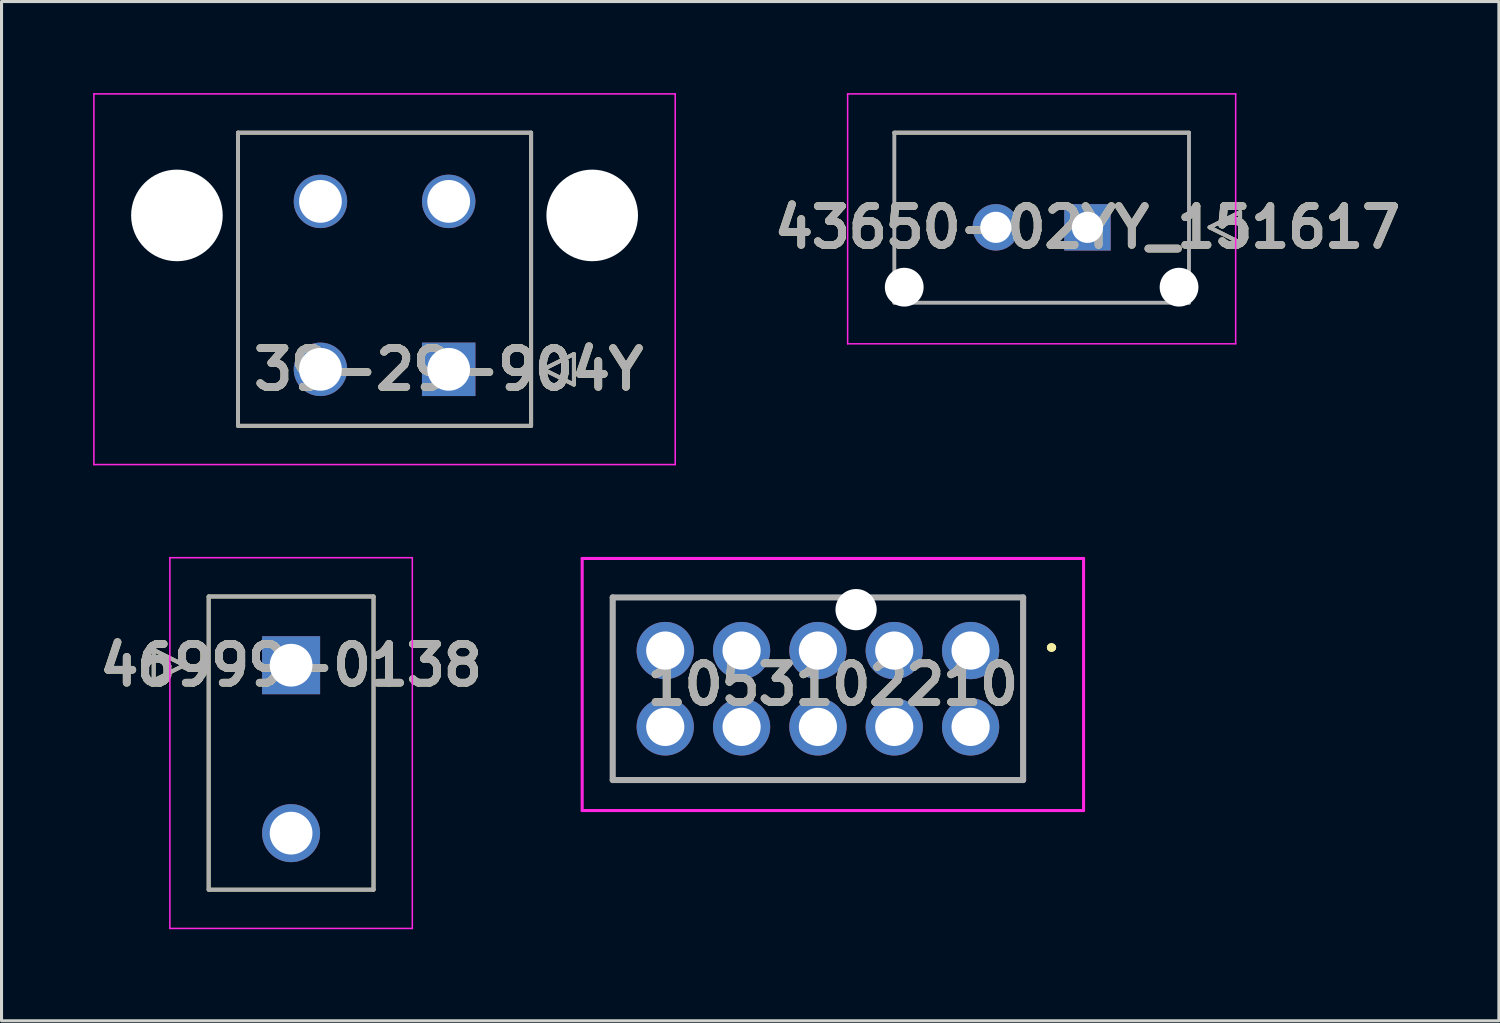
<source format=kicad_pcb>
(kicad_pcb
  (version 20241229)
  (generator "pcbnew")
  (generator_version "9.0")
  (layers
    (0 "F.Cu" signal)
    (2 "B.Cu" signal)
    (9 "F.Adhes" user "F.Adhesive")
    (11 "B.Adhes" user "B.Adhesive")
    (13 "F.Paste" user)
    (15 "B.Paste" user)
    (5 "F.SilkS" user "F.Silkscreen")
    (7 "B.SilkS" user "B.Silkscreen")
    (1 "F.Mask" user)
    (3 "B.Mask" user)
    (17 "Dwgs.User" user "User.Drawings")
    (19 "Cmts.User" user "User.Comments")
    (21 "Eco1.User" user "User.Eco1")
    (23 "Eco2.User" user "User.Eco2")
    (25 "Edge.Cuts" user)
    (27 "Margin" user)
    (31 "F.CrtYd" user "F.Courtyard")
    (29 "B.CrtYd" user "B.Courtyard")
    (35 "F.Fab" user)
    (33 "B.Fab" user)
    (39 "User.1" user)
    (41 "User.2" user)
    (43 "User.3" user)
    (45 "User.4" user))
  (footprint "46999-0138"
    (layer "F.Cu")
    (at 6.483 18.735)
    (property "Reference" "46999-0138" (at 0 0 0) (layer "F.SilkS") (effects (font (size 1.27 1.27) (thickness 0.254))))
    (attr through_hole)
    (fp_line (start -4.5 -0.5) (end -3.5 0) (stroke (width 0.127) (type solid)) (layer "F.SilkS"))
    (fp_line (start -4.5 0.5) (end -4.5 -0.5) (stroke (width 0.127) (type solid)) (layer "F.SilkS"))
    (fp_line (start -3.5 0) (end -4.5 0.5) (stroke (width 0.127) (type solid)) (layer "F.SilkS"))
    (fp_line (start -2.7 -2.25) (end 2.7 -2.25) (stroke (width 0.127) (type solid)) (layer "F.SilkS"))
    (fp_line (start -2.7 7.35) (end -2.7 -2.25) (stroke (width 0.127) (type solid)) (layer "F.SilkS"))
    (fp_line (start 2.7 -2.25) (end 2.7 7.35) (stroke (width 0.127) (type solid)) (layer "F.SilkS"))
    (fp_line (start 2.7 7.35) (end -2.7 7.35) (stroke (width 0.127) (type solid)) (layer "F.SilkS"))
    (fp_line (start -3.97 -3.52) (end 3.97 -3.52) (stroke (width 0.05) (type solid)) (layer "F.CrtYd"))
    (fp_line (start -3.97 8.62) (end -3.97 -3.52) (stroke (width 0.05) (type solid)) (layer "F.CrtYd"))
    (fp_line (start 3.97 -3.52) (end 3.97 8.62) (stroke (width 0.05) (type solid)) (layer "F.CrtYd"))
    (fp_line (start 3.97 8.62) (end -3.97 8.62) (stroke (width 0.05) (type solid)) (layer "F.CrtYd"))
    (fp_line (start -4.5 -0.5) (end -3.5 0) (stroke (width 0.127) (type solid)) (layer "F.Fab"))
    (fp_line (start -4.5 0.5) (end -4.5 -0.5) (stroke (width 0.127) (type solid)) (layer "F.Fab"))
    (fp_line (start -3.5 0) (end -4.5 0.5) (stroke (width 0.127) (type solid)) (layer "F.Fab"))
    (fp_line (start -2.7 -2.25) (end 2.7 -2.25) (stroke (width 0.127) (type solid)) (layer "F.Fab"))
    (fp_line (start -2.7 7.35) (end -2.7 -2.25) (stroke (width 0.127) (type solid)) (layer "F.Fab"))
    (fp_line (start 2.7 -2.25) (end 2.7 7.35) (stroke (width 0.127) (type solid)) (layer "F.Fab"))
    (fp_line (start 2.7 7.35) (end -2.7 7.35) (stroke (width 0.127) (type solid)) (layer "F.Fab"))
    (fp_text user "${REFERENCE}" (at 0 0 0) (layer "F.Fab") (effects (font (size 1.27 1.27) (thickness 0.254))))
    (pad "1" thru_hole rect (at 0 0) (size 1.9 1.9) (drill 1.4) (layers "*.Cu" "*.Mask"))
    (pad "2" thru_hole circle (at 0 5.5) (size 1.9 1.9) (drill 1.4) (layers "*.Cu" "*.Mask")))
  (footprint "39-29-904Y"
    (layer "F.Cu")
    (at 11.644 9.045)
    (property "Reference" "39-29-904Y" (at 0 0 0) (layer "F.SilkS") (effects (font (size 1.27 1.27) (thickness 0.254))))
    (attr through_hole)
    (fp_line (start -6.9 -7.75) (end 2.7 -7.75) (stroke (width 0.127) (type solid)) (layer "F.SilkS"))
    (fp_line (start -6.9 1.85) (end -6.9 -7.75) (stroke (width 0.127) (type solid)) (layer "F.SilkS"))
    (fp_line (start 2.7 -7.75) (end 2.7 1.85) (stroke (width 0.127) (type solid)) (layer "F.SilkS"))
    (fp_line (start 2.7 1.85) (end -6.9 1.85) (stroke (width 0.127) (type solid)) (layer "F.SilkS"))
    (fp_line (start 3.1 0) (end 4.1 -0.5) (stroke (width 0.127) (type solid)) (layer "F.SilkS"))
    (fp_line (start 4.1 -0.5) (end 4.1 0.5) (stroke (width 0.127) (type solid)) (layer "F.SilkS"))
    (fp_line (start 4.1 0.5) (end 3.1 0) (stroke (width 0.127) (type solid)) (layer "F.SilkS"))
    (fp_line (start -11.619 -9.02) (end 7.419 -9.02) (stroke (width 0.05) (type solid)) (layer "F.CrtYd"))
    (fp_line (start -11.619 3.12) (end -11.619 -9.02) (stroke (width 0.05) (type solid)) (layer "F.CrtYd"))
    (fp_line (start 7.419 -9.02) (end 7.419 3.12) (stroke (width 0.05) (type solid)) (layer "F.CrtYd"))
    (fp_line (start 7.419 3.12) (end -11.619 3.12) (stroke (width 0.05) (type solid)) (layer "F.CrtYd"))
    (fp_line (start -6.9 -7.75) (end 2.7 -7.75) (stroke (width 0.127) (type solid)) (layer "F.Fab"))
    (fp_line (start -6.9 1.85) (end -6.9 -7.75) (stroke (width 0.127) (type solid)) (layer "F.Fab"))
    (fp_line (start 2.7 -7.75) (end 2.7 1.85) (stroke (width 0.127) (type solid)) (layer "F.Fab"))
    (fp_line (start 2.7 1.85) (end -6.9 1.85) (stroke (width 0.127) (type solid)) (layer "F.Fab"))
    (fp_line (start 3.1 0) (end 4.1 -0.5) (stroke (width 0.127) (type solid)) (layer "F.Fab"))
    (fp_line (start 4.1 -0.5) (end 4.1 0.5) (stroke (width 0.127) (type solid)) (layer "F.Fab"))
    (fp_line (start 4.1 0.5) (end 3.1 0) (stroke (width 0.127) (type solid)) (layer "F.Fab"))
    (fp_text user "${REFERENCE}" (at 0 0 0) (layer "F.Fab") (effects (font (size 1.27 1.27) (thickness 0.254))))
    (pad "" np_thru_hole circle (at -8.9 -5.04) (size 3 3) (drill 3) (layers "*.Cu" "*.Mask"))
    (pad "" np_thru_hole circle (at 4.7 -5.04) (size 3 3) (drill 3) (layers "*.Cu" "*.Mask"))
    (pad "1" thru_hole rect (at 0 0) (size 1.75 1.75) (drill 1.4) (layers "*.Cu" "*.Mask"))
    (pad "2" thru_hole circle (at -4.2 0) (size 1.75 1.75) (drill 1.4) (layers "*.Cu" "*.Mask"))
    (pad "3" thru_hole circle (at 0 -5.5) (size 1.75 1.75) (drill 1.4) (layers "*.Cu" "*.Mask"))
    (pad "4" thru_hole circle (at -4.2 -5.5) (size 1.75 1.75) (drill 1.4) (layers "*.Cu" "*.Mask")))
  (footprint "43650-02YY_151617"
    (layer "F.Cu")
    (at 32.563 4.395)
    (property "Reference" "43650-02YY_151617" (at 0 0 0) (layer "F.SilkS") (effects (font (size 1.27 1.27) (thickness 0.254))))
    (attr through_hole)
    (fp_line (start -6.325 -3.1) (end 3.325 -3.1) (stroke (width 0.127) (type solid)) (layer "F.SilkS"))
    (fp_line (start 4 0) (end 5 -0.5) (stroke (width 0.127) (type solid)) (layer "F.SilkS"))
    (fp_line (start 5 -0.5) (end 5 0.5) (stroke (width 0.127) (type solid)) (layer "F.SilkS"))
    (fp_line (start 5 0.5) (end 4 0) (stroke (width 0.127) (type solid)) (layer "F.SilkS"))
    (fp_line (start -7.854 -4.37) (end 4.854 -4.37) (stroke (width 0.05) (type solid)) (layer "F.CrtYd"))
    (fp_line (start -7.854 3.814) (end -7.854 -4.37) (stroke (width 0.05) (type solid)) (layer "F.CrtYd"))
    (fp_line (start 4.854 -4.37) (end 4.854 3.814) (stroke (width 0.05) (type solid)) (layer "F.CrtYd"))
    (fp_line (start 4.854 3.814) (end -7.854 3.814) (stroke (width 0.05) (type solid)) (layer "F.CrtYd"))
    (fp_line (start -6.325 -3.1) (end 3.325 -3.1) (stroke (width 0.127) (type solid)) (layer "F.Fab"))
    (fp_line (start -6.325 2.47) (end -6.325 -3.1) (stroke (width 0.127) (type solid)) (layer "F.Fab"))
    (fp_line (start 3.325 -3.1) (end 3.325 2.47) (stroke (width 0.127) (type solid)) (layer "F.Fab"))
    (fp_line (start 3.325 2.47) (end -6.325 2.47) (stroke (width 0.127) (type solid)) (layer "F.Fab"))
    (fp_line (start 4 0) (end 5 -0.5) (stroke (width 0.127) (type solid)) (layer "F.Fab"))
    (fp_line (start 5 -0.5) (end 5 0.5) (stroke (width 0.127) (type solid)) (layer "F.Fab"))
    (fp_line (start 5 0.5) (end 4 0) (stroke (width 0.127) (type solid)) (layer "F.Fab"))
    (fp_text user "${REFERENCE}" (at 0 0 0) (layer "F.Fab") (effects (font (size 1.27 1.27) (thickness 0.254))))
    (pad "" np_thru_hole circle (at -6 1.96) (size 1.27 1.27) (drill 1.27) (layers "*.Cu" "*.Mask"))
    (pad "" np_thru_hole circle (at 3 1.96) (size 1.27 1.27) (drill 1.27) (layers "*.Cu" "*.Mask"))
    (pad "1" thru_hole rect (at 0 0) (size 1.52 1.52) (drill 1.02) (layers "*.Cu" "*.Mask"))
    (pad "2" thru_hole circle (at -3 0) (size 1.52 1.52) (drill 1.02) (layers "*.Cu" "*.Mask")))
  (footprint "1053102210"
    (layer "F.Cu")
    (at 28.736 18.255)
    (property "Reference" "1053102210" (at -4.51 1.112 0) (layer "F.SilkS") (effects (font (size 1.27 1.27) (thickness 0.254))))
    (attr through_hole)
    (fp_line (start -11.72 -1.74) (end -11.72 4.24) (stroke (width 0.1) (type solid)) (layer "F.SilkS"))
    (fp_line (start -11.72 4.24) (end 1.72 4.24) (stroke (width 0.1) (type solid)) (layer "F.SilkS"))
    (fp_line (start -5 -1.75) (end -11.72 -1.74) (stroke (width 0.1) (type solid)) (layer "F.SilkS"))
    (fp_line (start 1.72 -1.74) (end -2.5 -1.74) (stroke (width 0.1) (type solid)) (layer "F.SilkS"))
    (fp_line (start 1.72 4.24) (end 1.72 -1.74) (stroke (width 0.1) (type solid)) (layer "F.SilkS"))
    (fp_line (start 2.6 -0.1) (end 2.6 -0.1) (stroke (width 0.2) (type solid)) (layer "F.SilkS"))
    (fp_line (start 2.6 -0.1) (end 2.7 -0.1) (stroke (width 0.2) (type solid)) (layer "F.SilkS"))
    (fp_line (start 2.7 -0.1) (end 2.7 -0.1) (stroke (width 0.2) (type solid)) (layer "F.SilkS"))
    (fp_arc (start 2.6 -0.1) (mid 2.65 -0.15) (end 2.7 -0.1) (stroke (width 0.2) (type solid)) (layer "F.SilkS"))
    (fp_arc (start 2.7 -0.1) (mid 2.65 -0.05) (end 2.6 -0.1) (stroke (width 0.2) (type solid)) (layer "F.SilkS"))
    (fp_line (start -12.72 -3.015) (end 3.7 -3.015) (stroke (width 0.1) (type solid)) (layer "F.CrtYd"))
    (fp_line (start -12.72 5.24) (end -12.72 -3.015) (stroke (width 0.1) (type solid)) (layer "F.CrtYd"))
    (fp_line (start 3.7 -3.015) (end 3.7 5.24) (stroke (width 0.1) (type solid)) (layer "F.CrtYd"))
    (fp_line (start 3.7 5.24) (end -12.72 5.24) (stroke (width 0.1) (type solid)) (layer "F.CrtYd"))
    (fp_line (start -11.72 -1.74) (end -11.72 4.24) (stroke (width 0.2) (type solid)) (layer "F.Fab"))
    (fp_line (start -11.72 4.24) (end 1.72 4.24) (stroke (width 0.2) (type solid)) (layer "F.Fab"))
    (fp_line (start 1.72 -1.74) (end -11.72 -1.74) (stroke (width 0.2) (type solid)) (layer "F.Fab"))
    (fp_line (start 1.72 4.24) (end 1.72 -1.74) (stroke (width 0.2) (type solid)) (layer "F.Fab"))
    (fp_text user "${REFERENCE}" (at -4.51 1.112 0) (layer "F.Fab") (effects (font (size 1.27 1.27) (thickness 0.254))))
    (pad "" np_thru_hole circle (at -3.75 -1.34) (size 1.35 1.35) (drill 1.35) (layers "*.Cu" "*.Mask"))
    (pad "1" thru_hole circle (at 0 0) (size 1.875 1.875) (drill 1.25) (layers "*.Cu" "*.Mask"))
    (pad "2" thru_hole circle (at -2.5 0) (size 1.875 1.875) (drill 1.25) (layers "*.Cu" "*.Mask"))
    (pad "3" thru_hole circle (at -5 0) (size 1.875 1.875) (drill 1.25) (layers "*.Cu" "*.Mask"))
    (pad "4" thru_hole circle (at -7.5 0) (size 1.875 1.875) (drill 1.25) (layers "*.Cu" "*.Mask"))
    (pad "5" thru_hole circle (at -10 0) (size 1.875 1.875) (drill 1.25) (layers "*.Cu" "*.Mask"))
    (pad "6" thru_hole circle (at 0 2.5) (size 1.875 1.875) (drill 1.25) (layers "*.Cu" "*.Mask"))
    (pad "7" thru_hole circle (at -2.5 2.5) (size 1.875 1.875) (drill 1.25) (layers "*.Cu" "*.Mask"))
    (pad "8" thru_hole circle (at -5 2.5) (size 1.875 1.875) (drill 1.25) (layers "*.Cu" "*.Mask"))
    (pad "9" thru_hole circle (at -7.5 2.5) (size 1.875 1.875) (drill 1.25) (layers "*.Cu" "*.Mask"))
    (pad "10" thru_hole circle (at -10 2.5) (size 1.875 1.875) (drill 1.25) (layers "*.Cu" "*.Mask")))
  (gr_rect
    (start -3 -3)
    (end 46.037 30.38)
    (stroke (width 0.1) (type default))
    (fill no)
    (layer "Edge.Cuts")))
</source>
